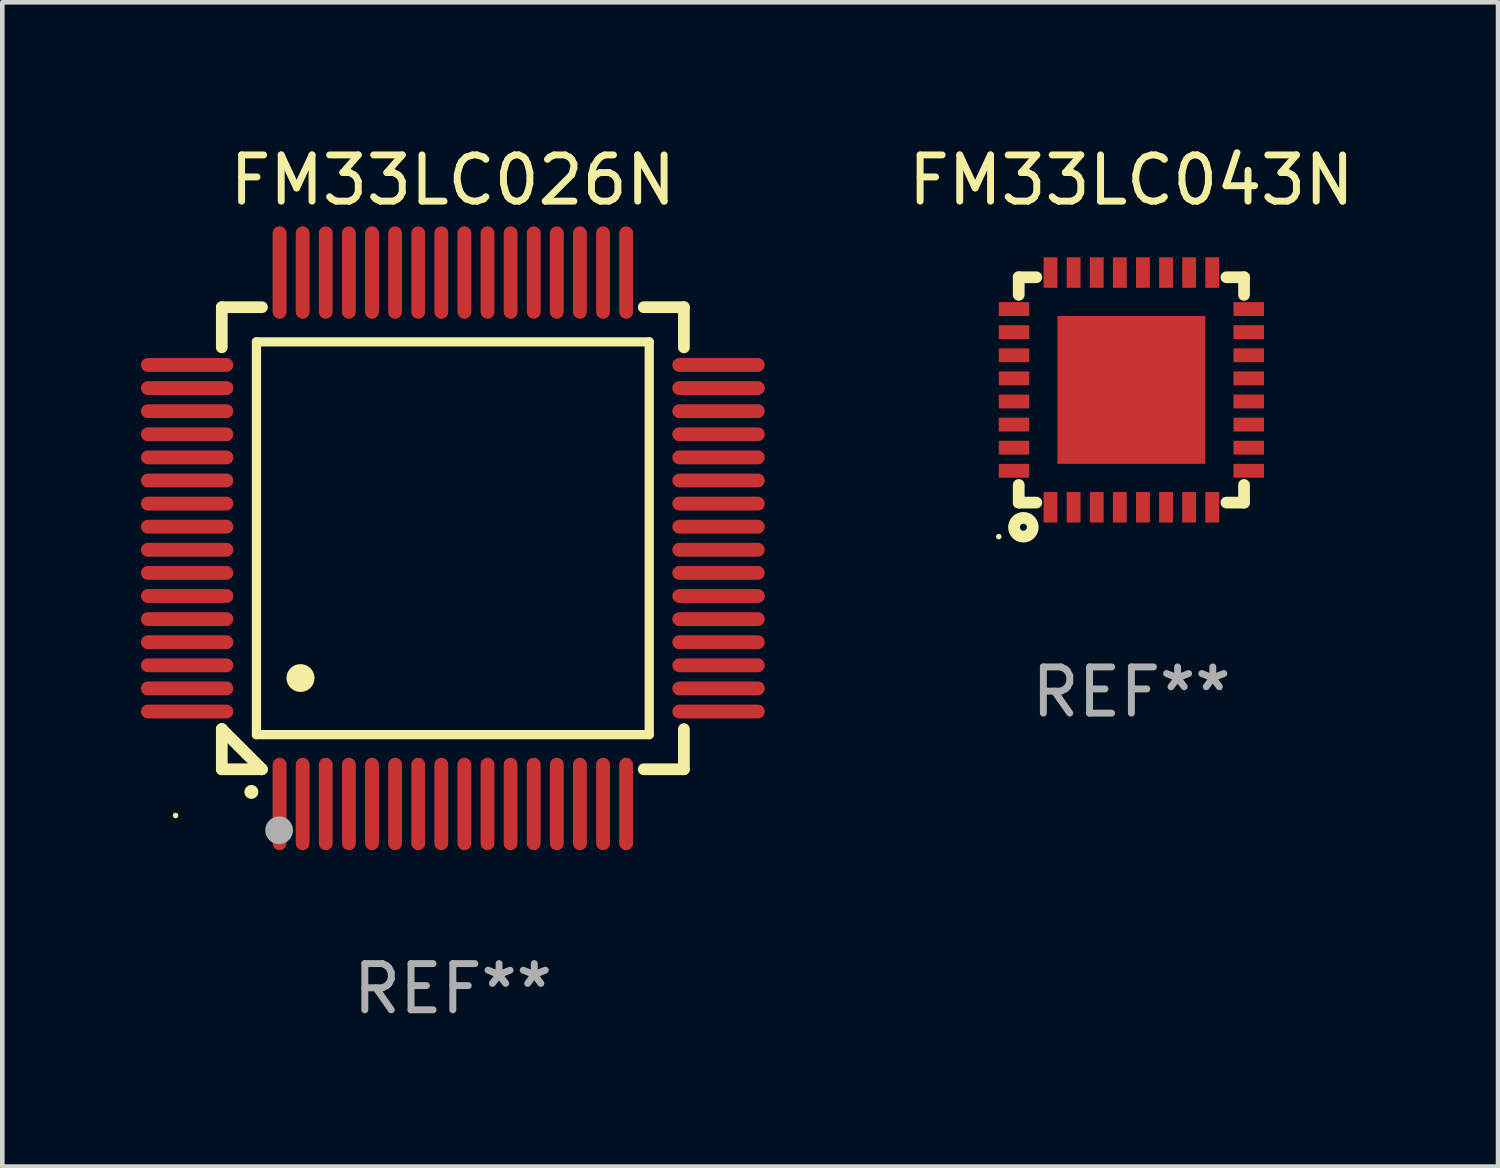
<source format=kicad_pcb>
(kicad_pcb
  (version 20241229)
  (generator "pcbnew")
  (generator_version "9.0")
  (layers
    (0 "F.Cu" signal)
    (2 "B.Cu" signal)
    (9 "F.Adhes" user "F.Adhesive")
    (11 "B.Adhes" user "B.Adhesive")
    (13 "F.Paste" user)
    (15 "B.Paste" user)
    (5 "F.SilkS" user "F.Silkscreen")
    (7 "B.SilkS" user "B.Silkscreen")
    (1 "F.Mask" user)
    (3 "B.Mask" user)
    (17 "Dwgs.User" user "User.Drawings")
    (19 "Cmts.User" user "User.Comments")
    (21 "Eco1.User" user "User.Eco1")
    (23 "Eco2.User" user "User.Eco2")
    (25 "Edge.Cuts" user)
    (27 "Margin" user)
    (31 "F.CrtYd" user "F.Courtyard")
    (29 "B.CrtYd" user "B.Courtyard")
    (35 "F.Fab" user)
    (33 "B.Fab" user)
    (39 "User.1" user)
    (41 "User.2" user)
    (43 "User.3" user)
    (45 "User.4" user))
  (footprint "FM33LC043N"
    (layer "F.Cu")
    (at 21.434 5.388)
    (property "Reference" "FM33LC043N" (at 0 -4.54 0) (layer "F.SilkS") (effects (font (size 1 1) (thickness 0.15))))
    (attr through_hole)
    (fp_line (start -2.438 -2.438) (end -2.057 -2.438) (stroke (width 0.254) (type solid)) (layer "F.SilkS"))
    (fp_line (start -2.438 -2.057) (end -2.438 -2.438) (stroke (width 0.254) (type solid)) (layer "F.SilkS"))
    (fp_line (start -2.438 2.438) (end -2.438 2.057) (stroke (width 0.254) (type solid)) (layer "F.SilkS"))
    (fp_line (start -2.057 2.438) (end -2.438 2.438) (stroke (width 0.254) (type solid)) (layer "F.SilkS"))
    (fp_line (start 2.057 -2.438) (end 2.438 -2.438) (stroke (width 0.254) (type solid)) (layer "F.SilkS"))
    (fp_line (start 2.438 -2.438) (end 2.438 -2.057) (stroke (width 0.254) (type solid)) (layer "F.SilkS"))
    (fp_line (start 2.438 2.057) (end 2.438 2.438) (stroke (width 0.254) (type solid)) (layer "F.SilkS"))
    (fp_line (start 2.438 2.438) (end 2.057 2.438) (stroke (width 0.254) (type solid)) (layer "F.SilkS"))
    (fp_circle (center -2.87 3.175) (end -2.84 3.175) (stroke (width 0.06) (type solid)) (fill no) (layer "F.SilkS"))
    (fp_circle (center -2.337 2.972) (end -2.261 2.972) (stroke (width 0.254) (type solid)) (fill no) (layer "F.SilkS"))
    (fp_text user "REF**" (at 0 6.54 0) (layer "F.Fab") (effects (font (size 1 1) (thickness 0.15))))
    (pad "1" smd rect (at -1.75 2.54 90) (size 0.66 0.3) (layers "F.Cu" "F.Mask" "F.Paste"))
    (pad "2" smd rect (at -1.25 2.54 90) (size 0.66 0.3) (layers "F.Cu" "F.Mask" "F.Paste"))
    (pad "3" smd rect (at -0.75 2.54 90) (size 0.66 0.3) (layers "F.Cu" "F.Mask" "F.Paste"))
    (pad "4" smd rect (at -0.25 2.54 90) (size 0.66 0.3) (layers "F.Cu" "F.Mask" "F.Paste"))
    (pad "5" smd rect (at 0.25 2.54 90) (size 0.66 0.3) (layers "F.Cu" "F.Mask" "F.Paste"))
    (pad "6" smd rect (at 0.75 2.54 90) (size 0.66 0.3) (layers "F.Cu" "F.Mask" "F.Paste"))
    (pad "7" smd rect (at 1.25 2.54 90) (size 0.66 0.3) (layers "F.Cu" "F.Mask" "F.Paste"))
    (pad "8" smd rect (at 1.75 2.54 90) (size 0.66 0.3) (layers "F.Cu" "F.Mask" "F.Paste"))
    (pad "9" smd rect (at 2.54 1.75 90) (size 0.3 0.66) (layers "F.Cu" "F.Mask" "F.Paste"))
    (pad "10" smd rect (at 2.54 1.25 90) (size 0.3 0.66) (layers "F.Cu" "F.Mask" "F.Paste"))
    (pad "11" smd rect (at 2.54 0.75 90) (size 0.3 0.66) (layers "F.Cu" "F.Mask" "F.Paste"))
    (pad "12" smd rect (at 2.54 0.25 90) (size 0.3 0.66) (layers "F.Cu" "F.Mask" "F.Paste"))
    (pad "13" smd rect (at 2.54 -0.25 90) (size 0.3 0.66) (layers "F.Cu" "F.Mask" "F.Paste"))
    (pad "14" smd rect (at 2.54 -0.75 90) (size 0.3 0.66) (layers "F.Cu" "F.Mask" "F.Paste"))
    (pad "15" smd rect (at 2.54 -1.25 90) (size 0.3 0.66) (layers "F.Cu" "F.Mask" "F.Paste"))
    (pad "16" smd rect (at 2.54 -1.75 90) (size 0.3 0.66) (layers "F.Cu" "F.Mask" "F.Paste"))
    (pad "17" smd rect (at 1.75 -2.54 90) (size 0.66 0.3) (layers "F.Cu" "F.Mask" "F.Paste"))
    (pad "18" smd rect (at 1.25 -2.54 90) (size 0.66 0.3) (layers "F.Cu" "F.Mask" "F.Paste"))
    (pad "19" smd rect (at 0.75 -2.54 90) (size 0.66 0.3) (layers "F.Cu" "F.Mask" "F.Paste"))
    (pad "20" smd rect (at 0.25 -2.54 90) (size 0.66 0.3) (layers "F.Cu" "F.Mask" "F.Paste"))
    (pad "21" smd rect (at -0.25 -2.54 90) (size 0.66 0.3) (layers "F.Cu" "F.Mask" "F.Paste"))
    (pad "22" smd rect (at -0.75 -2.54 90) (size 0.66 0.3) (layers "F.Cu" "F.Mask" "F.Paste"))
    (pad "23" smd rect (at -1.25 -2.54 90) (size 0.66 0.3) (layers "F.Cu" "F.Mask" "F.Paste"))
    (pad "24" smd rect (at -1.75 -2.54 90) (size 0.66 0.3) (layers "F.Cu" "F.Mask" "F.Paste"))
    (pad "25" smd rect (at -2.54 -1.75 90) (size 0.3 0.66) (layers "F.Cu" "F.Mask" "F.Paste"))
    (pad "26" smd rect (at -2.54 -1.25 90) (size 0.3 0.66) (layers "F.Cu" "F.Mask" "F.Paste"))
    (pad "27" smd rect (at -2.54 -0.75 90) (size 0.3 0.66) (layers "F.Cu" "F.Mask" "F.Paste"))
    (pad "28" smd rect (at -2.54 -0.25 90) (size 0.3 0.66) (layers "F.Cu" "F.Mask" "F.Paste"))
    (pad "29" smd rect (at -2.54 0.25 90) (size 0.3 0.66) (layers "F.Cu" "F.Mask" "F.Paste"))
    (pad "30" smd rect (at -2.54 0.75 90) (size 0.3 0.66) (layers "F.Cu" "F.Mask" "F.Paste"))
    (pad "31" smd rect (at -2.54 1.25 90) (size 0.3 0.66) (layers "F.Cu" "F.Mask" "F.Paste"))
    (pad "32" smd rect (at -2.54 1.75 90) (size 0.3 0.66) (layers "F.Cu" "F.Mask" "F.Paste"))
    (pad "33" smd rect (at 0 0 90) (size 3.2 3.2) (layers "F.Cu" "F.Mask" "F.Paste")))
  (footprint "FM33LC026N"
    (layer "F.Cu")
    (at 6.75 8.598)
    (property "Reference" "FM33LC026N" (at 0 -7.75 0) (layer "F.SilkS") (effects (font (size 1 1) (thickness 0.15))))
    (attr through_hole)
    (fp_line (start -5 -5) (end -4.131 -5) (stroke (width 0.254) (type solid)) (layer "F.SilkS"))
    (fp_line (start -5 -4.131) (end -5 -5) (stroke (width 0.254) (type solid)) (layer "F.SilkS"))
    (fp_line (start -5 4.131) (end -5 4.131) (stroke (width 0.254) (type solid)) (layer "F.SilkS"))
    (fp_line (start -5 5) (end -5 4.131) (stroke (width 0.254) (type solid)) (layer "F.SilkS"))
    (fp_line (start -5 4.131) (end -4.131 5) (stroke (width 0.254) (type solid)) (layer "F.SilkS"))
    (fp_line (start -4.25 -4.25) (end -4.25 4.25) (stroke (width 0.2) (type solid)) (layer "F.SilkS"))
    (fp_line (start -4.25 4.25) (end 4.25 4.25) (stroke (width 0.2) (type solid)) (layer "F.SilkS"))
    (fp_line (start -4.131 5) (end -5 5) (stroke (width 0.254) (type solid)) (layer "F.SilkS"))
    (fp_line (start 4.25 -4.25) (end -4.25 -4.25) (stroke (width 0.2) (type solid)) (layer "F.SilkS"))
    (fp_line (start 4.25 4.25) (end 4.25 -4.25) (stroke (width 0.2) (type solid)) (layer "F.SilkS"))
    (fp_line (start 5 -5) (end 4.131 -5) (stroke (width 0.254) (type solid)) (layer "F.SilkS"))
    (fp_line (start 5 -5) (end 5 -4.131) (stroke (width 0.254) (type solid)) (layer "F.SilkS"))
    (fp_line (start 5 4.131) (end 5 5) (stroke (width 0.254) (type solid)) (layer "F.SilkS"))
    (fp_line (start 5 5) (end 4.131 5) (stroke (width 0.254) (type solid)) (layer "F.SilkS"))
    (fp_arc (start -4.361265 5.489992) (mid -4.359995 5.489987) (end -4.358725 5.489992) (stroke (width 0.3) (type solid)) (layer "F.SilkS"))
    (fp_arc (start -3.299467 3.025146) (mid -3.296927 3.025135) (end -3.294387 3.025146) (stroke (width 0.6) (type solid)) (layer "F.SilkS"))
    (fp_circle (center -6 6) (end -5.97 6) (stroke (width 0.06) (type solid)) (fill no) (layer "F.SilkS"))
    (fp_circle (center -3.76 6.32) (end -3.61 6.32) (stroke (width 0.3) (type solid)) (fill no) (layer "F.Fab"))
    (fp_text user "REF**" (at 0 9.75 0) (layer "F.Fab") (effects (font (size 1 1) (thickness 0.15))))
    (pad "1" smd oval (at -3.75 5.75) (size 0.3 2) (layers "F.Cu" "F.Mask" "F.Paste"))
    (pad "2" smd oval (at -3.25 5.75) (size 0.3 2) (layers "F.Cu" "F.Mask" "F.Paste"))
    (pad "3" smd oval (at -2.75 5.75) (size 0.3 2) (layers "F.Cu" "F.Mask" "F.Paste"))
    (pad "4" smd oval (at -2.25 5.75) (size 0.3 2) (layers "F.Cu" "F.Mask" "F.Paste"))
    (pad "5" smd oval (at -1.75 5.75) (size 0.3 2) (layers "F.Cu" "F.Mask" "F.Paste"))
    (pad "6" smd oval (at -1.25 5.75) (size 0.3 2) (layers "F.Cu" "F.Mask" "F.Paste"))
    (pad "7" smd oval (at -0.75 5.75) (size 0.3 2) (layers "F.Cu" "F.Mask" "F.Paste"))
    (pad "8" smd oval (at -0.25 5.75) (size 0.3 2) (layers "F.Cu" "F.Mask" "F.Paste"))
    (pad "9" smd oval (at 0.25 5.75) (size 0.3 2) (layers "F.Cu" "F.Mask" "F.Paste"))
    (pad "10" smd oval (at 0.75 5.75) (size 0.3 2) (layers "F.Cu" "F.Mask" "F.Paste"))
    (pad "11" smd oval (at 1.25 5.75) (size 0.3 2) (layers "F.Cu" "F.Mask" "F.Paste"))
    (pad "12" smd oval (at 1.75 5.75) (size 0.3 2) (layers "F.Cu" "F.Mask" "F.Paste"))
    (pad "13" smd oval (at 2.25 5.75) (size 0.3 2) (layers "F.Cu" "F.Mask" "F.Paste"))
    (pad "14" smd oval (at 2.75 5.75) (size 0.3 2) (layers "F.Cu" "F.Mask" "F.Paste"))
    (pad "15" smd oval (at 3.25 5.75) (size 0.3 2) (layers "F.Cu" "F.Mask" "F.Paste"))
    (pad "16" smd oval (at 3.75 5.75) (size 0.3 2) (layers "F.Cu" "F.Mask" "F.Paste"))
    (pad "17" smd oval (at 5.75 3.75) (size 2 0.3) (layers "F.Cu" "F.Mask" "F.Paste"))
    (pad "18" smd oval (at 5.75 3.25) (size 2 0.3) (layers "F.Cu" "F.Mask" "F.Paste"))
    (pad "19" smd oval (at 5.75 2.75) (size 2 0.3) (layers "F.Cu" "F.Mask" "F.Paste"))
    (pad "20" smd oval (at 5.75 2.25) (size 2 0.3) (layers "F.Cu" "F.Mask" "F.Paste"))
    (pad "21" smd oval (at 5.75 1.75) (size 2 0.3) (layers "F.Cu" "F.Mask" "F.Paste"))
    (pad "22" smd oval (at 5.75 1.25) (size 2 0.3) (layers "F.Cu" "F.Mask" "F.Paste"))
    (pad "23" smd oval (at 5.75 0.75) (size 2 0.3) (layers "F.Cu" "F.Mask" "F.Paste"))
    (pad "24" smd oval (at 5.75 0.25) (size 2 0.3) (layers "F.Cu" "F.Mask" "F.Paste"))
    (pad "25" smd oval (at 5.75 -0.25) (size 2 0.3) (layers "F.Cu" "F.Mask" "F.Paste"))
    (pad "26" smd oval (at 5.75 -0.75) (size 2 0.3) (layers "F.Cu" "F.Mask" "F.Paste"))
    (pad "27" smd oval (at 5.75 -1.25) (size 2 0.3) (layers "F.Cu" "F.Mask" "F.Paste"))
    (pad "28" smd oval (at 5.75 -1.75) (size 2 0.3) (layers "F.Cu" "F.Mask" "F.Paste"))
    (pad "29" smd oval (at 5.75 -2.25) (size 2 0.3) (layers "F.Cu" "F.Mask" "F.Paste"))
    (pad "30" smd oval (at 5.75 -2.75) (size 2 0.3) (layers "F.Cu" "F.Mask" "F.Paste"))
    (pad "31" smd oval (at 5.75 -3.25) (size 2 0.3) (layers "F.Cu" "F.Mask" "F.Paste"))
    (pad "32" smd oval (at 5.75 -3.75) (size 2 0.3) (layers "F.Cu" "F.Mask" "F.Paste"))
    (pad "33" smd oval (at 3.75 -5.75) (size 0.3 2) (layers "F.Cu" "F.Mask" "F.Paste"))
    (pad "34" smd oval (at 3.25 -5.75) (size 0.3 2) (layers "F.Cu" "F.Mask" "F.Paste"))
    (pad "35" smd oval (at 2.75 -5.75) (size 0.3 2) (layers "F.Cu" "F.Mask" "F.Paste"))
    (pad "36" smd oval (at 2.25 -5.75) (size 0.3 2) (layers "F.Cu" "F.Mask" "F.Paste"))
    (pad "37" smd oval (at 1.75 -5.75) (size 0.3 2) (layers "F.Cu" "F.Mask" "F.Paste"))
    (pad "38" smd oval (at 1.25 -5.75) (size 0.3 2) (layers "F.Cu" "F.Mask" "F.Paste"))
    (pad "39" smd oval (at 0.75 -5.75) (size 0.3 2) (layers "F.Cu" "F.Mask" "F.Paste"))
    (pad "40" smd oval (at 0.25 -5.75) (size 0.3 2) (layers "F.Cu" "F.Mask" "F.Paste"))
    (pad "41" smd oval (at -0.25 -5.75) (size 0.3 2) (layers "F.Cu" "F.Mask" "F.Paste"))
    (pad "42" smd oval (at -0.75 -5.75) (size 0.3 2) (layers "F.Cu" "F.Mask" "F.Paste"))
    (pad "43" smd oval (at -1.25 -5.75) (size 0.3 2) (layers "F.Cu" "F.Mask" "F.Paste"))
    (pad "44" smd oval (at -1.75 -5.75) (size 0.3 2) (layers "F.Cu" "F.Mask" "F.Paste"))
    (pad "45" smd oval (at -2.25 -5.75) (size 0.3 2) (layers "F.Cu" "F.Mask" "F.Paste"))
    (pad "46" smd oval (at -2.75 -5.75) (size 0.3 2) (layers "F.Cu" "F.Mask" "F.Paste"))
    (pad "47" smd oval (at -3.25 -5.75) (size 0.3 2) (layers "F.Cu" "F.Mask" "F.Paste"))
    (pad "48" smd oval (at -3.75 -5.75) (size 0.3 2) (layers "F.Cu" "F.Mask" "F.Paste"))
    (pad "49" smd oval (at -5.75 -3.75) (size 2 0.3) (layers "F.Cu" "F.Mask" "F.Paste"))
    (pad "50" smd oval (at -5.75 -3.25) (size 2 0.3) (layers "F.Cu" "F.Mask" "F.Paste"))
    (pad "51" smd oval (at -5.75 -2.75) (size 2 0.3) (layers "F.Cu" "F.Mask" "F.Paste"))
    (pad "52" smd oval (at -5.75 -2.25) (size 2 0.3) (layers "F.Cu" "F.Mask" "F.Paste"))
    (pad "53" smd oval (at -5.75 -1.75) (size 2 0.3) (layers "F.Cu" "F.Mask" "F.Paste"))
    (pad "54" smd oval (at -5.75 -1.25) (size 2 0.3) (layers "F.Cu" "F.Mask" "F.Paste"))
    (pad "55" smd oval (at -5.75 -0.75) (size 2 0.3) (layers "F.Cu" "F.Mask" "F.Paste"))
    (pad "56" smd oval (at -5.75 -0.25) (size 2 0.3) (layers "F.Cu" "F.Mask" "F.Paste"))
    (pad "57" smd oval (at -5.75 0.25) (size 2 0.3) (layers "F.Cu" "F.Mask" "F.Paste"))
    (pad "58" smd oval (at -5.75 0.75) (size 2 0.3) (layers "F.Cu" "F.Mask" "F.Paste"))
    (pad "59" smd oval (at -5.75 1.25) (size 2 0.3) (layers "F.Cu" "F.Mask" "F.Paste"))
    (pad "60" smd oval (at -5.75 1.75) (size 2 0.3) (layers "F.Cu" "F.Mask" "F.Paste"))
    (pad "61" smd oval (at -5.75 2.25) (size 2 0.3) (layers "F.Cu" "F.Mask" "F.Paste"))
    (pad "62" smd oval (at -5.75 2.75) (size 2 0.3) (layers "F.Cu" "F.Mask" "F.Paste"))
    (pad "63" smd oval (at -5.75 3.25) (size 2 0.3) (layers "F.Cu" "F.Mask" "F.Paste"))
    (pad "64" smd oval (at -5.75 3.75) (size 2 0.3) (layers "F.Cu" "F.Mask" "F.Paste")))
  (gr_rect
    (start -3 -3)
    (end 29.369 22.196)
    (stroke (width 0.1) (type default))
    (fill no)
    (layer "Edge.Cuts")))
</source>
